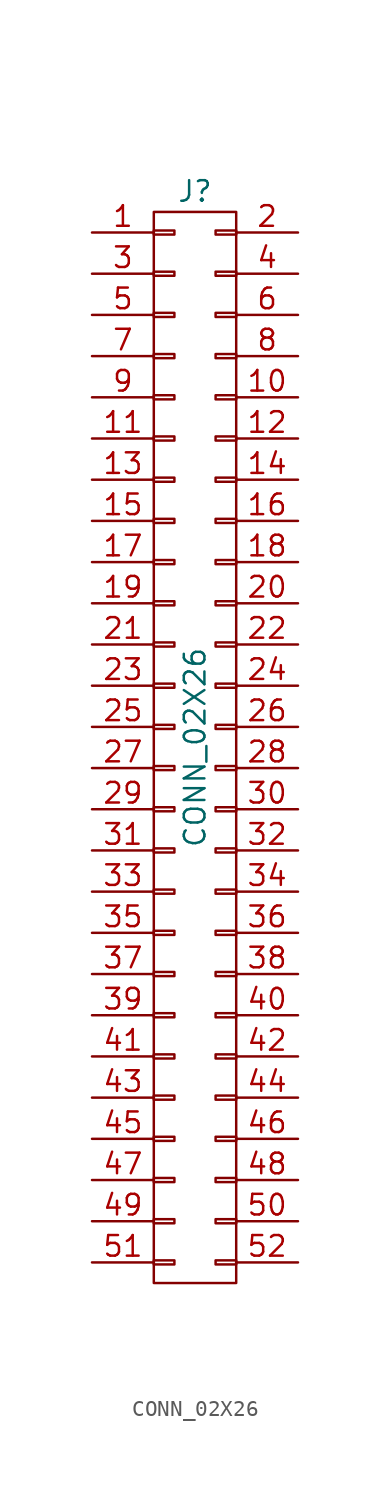
<source format=kicad_sym>
(kicad_symbol_lib
  (version 20211014)
  (generator kicad_symbol_editor)
  (symbol "CONN_02X26"
    (pin_names
      (offset 0.025) hide)
    (property "Reference" "J"
      (at 0 34.29 0)
      (effects (font (size 1.27 1.27))))
    (property "Value" "CONN_02X26"
      (at 0 0 90)
      (effects (font (size 1.27 1.27))))
    (symbol "CONN_02X26_0_1"
      (rectangle (start -2.54 -31.623) (end -1.27 -31.877) (stroke (width 0) (type default) (color 0 0 0 0)) (fill (type none)))
      (rectangle (start -2.54 -29.083) (end -1.27 -29.337) (stroke (width 0) (type default) (color 0 0 0 0)) (fill (type none)))
      (rectangle (start -2.54 -26.543) (end -1.27 -26.797) (stroke (width 0) (type default) (color 0 0 0 0)) (fill (type none)))
      (rectangle (start -2.54 -24.003) (end -1.27 -24.257) (stroke (width 0) (type default) (color 0 0 0 0)) (fill (type none)))
      (rectangle (start -2.54 -21.463) (end -1.27 -21.717) (stroke (width 0) (type default) (color 0 0 0 0)) (fill (type none)))
      (rectangle (start -2.54 -18.923) (end -1.27 -19.177) (stroke (width 0) (type default) (color 0 0 0 0)) (fill (type none)))
      (rectangle (start -2.54 -16.383) (end -1.27 -16.637) (stroke (width 0) (type default) (color 0 0 0 0)) (fill (type none)))
      (rectangle (start -2.54 -13.843) (end -1.27 -14.097) (stroke (width 0) (type default) (color 0 0 0 0)) (fill (type none)))
      (rectangle (start -2.54 -11.303) (end -1.27 -11.557) (stroke (width 0) (type default) (color 0 0 0 0)) (fill (type none)))
      (rectangle (start -2.54 -8.763) (end -1.27 -9.017) (stroke (width 0) (type default) (color 0 0 0 0)) (fill (type none)))
      (rectangle (start -2.54 -6.223) (end -1.27 -6.477) (stroke (width 0) (type default) (color 0 0 0 0)) (fill (type none)))
      (rectangle (start -2.54 -3.683) (end -1.27 -3.937) (stroke (width 0) (type default) (color 0 0 0 0)) (fill (type none)))
      (rectangle (start -2.54 -1.143) (end -1.27 -1.397) (stroke (width 0) (type default) (color 0 0 0 0)) (fill (type none)))
      (rectangle (start -2.54 1.397) (end -1.27 1.143) (stroke (width 0) (type default) (color 0 0 0 0)) (fill (type none)))
      (rectangle (start -2.54 3.937) (end -1.27 3.683) (stroke (width 0) (type default) (color 0 0 0 0)) (fill (type none)))
      (rectangle (start -2.54 6.477) (end -1.27 6.223) (stroke (width 0) (type default) (color 0 0 0 0)) (fill (type none)))
      (rectangle (start -2.54 9.017) (end -1.27 8.763) (stroke (width 0) (type default) (color 0 0 0 0)) (fill (type none)))
      (rectangle (start -2.54 11.557) (end -1.27 11.303) (stroke (width 0) (type default) (color 0 0 0 0)) (fill (type none)))
      (rectangle (start -2.54 14.097) (end -1.27 13.843) (stroke (width 0) (type default) (color 0 0 0 0)) (fill (type none)))
      (rectangle (start -2.54 16.637) (end -1.27 16.383) (stroke (width 0) (type default) (color 0 0 0 0)) (fill (type none)))
      (rectangle (start -2.54 19.177) (end -1.27 18.923) (stroke (width 0) (type default) (color 0 0 0 0)) (fill (type none)))
      (rectangle (start -2.54 21.717) (end -1.27 21.463) (stroke (width 0) (type default) (color 0 0 0 0)) (fill (type none)))
      (rectangle (start -2.54 24.257) (end -1.27 24.003) (stroke (width 0) (type default) (color 0 0 0 0)) (fill (type none)))
      (rectangle (start -2.54 26.797) (end -1.27 26.543) (stroke (width 0) (type default) (color 0 0 0 0)) (fill (type none)))
      (rectangle (start -2.54 29.337) (end -1.27 29.083) (stroke (width 0) (type default) (color 0 0 0 0)) (fill (type none)))
      (rectangle (start -2.54 31.877) (end -1.27 31.623) (stroke (width 0) (type default) (color 0 0 0 0)) (fill (type none)))
      (rectangle (start -2.54 33.02) (end 2.54 -33.02) (stroke (width 0) (type default) (color 0 0 0 0)) (fill (type none)))
      (rectangle (start 1.27 -31.623) (end 2.54 -31.877) (stroke (width 0) (type default) (color 0 0 0 0)) (fill (type none)))
      (rectangle (start 1.27 -29.083) (end 2.54 -29.337) (stroke (width 0) (type default) (color 0 0 0 0)) (fill (type none)))
      (rectangle (start 1.27 -26.543) (end 2.54 -26.797) (stroke (width 0) (type default) (color 0 0 0 0)) (fill (type none)))
      (rectangle (start 1.27 -24.003) (end 2.54 -24.257) (stroke (width 0) (type default) (color 0 0 0 0)) (fill (type none)))
      (rectangle (start 1.27 -21.463) (end 2.54 -21.717) (stroke (width 0) (type default) (color 0 0 0 0)) (fill (type none)))
      (rectangle (start 1.27 -18.923) (end 2.54 -19.177) (stroke (width 0) (type default) (color 0 0 0 0)) (fill (type none)))
      (rectangle (start 1.27 -16.383) (end 2.54 -16.637) (stroke (width 0) (type default) (color 0 0 0 0)) (fill (type none)))
      (rectangle (start 1.27 -13.843) (end 2.54 -14.097) (stroke (width 0) (type default) (color 0 0 0 0)) (fill (type none)))
      (rectangle (start 1.27 -11.303) (end 2.54 -11.557) (stroke (width 0) (type default) (color 0 0 0 0)) (fill (type none)))
      (rectangle (start 1.27 -8.763) (end 2.54 -9.017) (stroke (width 0) (type default) (color 0 0 0 0)) (fill (type none)))
      (rectangle (start 1.27 -6.223) (end 2.54 -6.477) (stroke (width 0) (type default) (color 0 0 0 0)) (fill (type none)))
      (rectangle (start 1.27 -3.683) (end 2.54 -3.937) (stroke (width 0) (type default) (color 0 0 0 0)) (fill (type none)))
      (rectangle (start 1.27 -1.143) (end 2.54 -1.397) (stroke (width 0) (type default) (color 0 0 0 0)) (fill (type none)))
      (rectangle (start 1.27 1.397) (end 2.54 1.143) (stroke (width 0) (type default) (color 0 0 0 0)) (fill (type none)))
      (rectangle (start 1.27 3.937) (end 2.54 3.683) (stroke (width 0) (type default) (color 0 0 0 0)) (fill (type none)))
      (rectangle (start 1.27 6.477) (end 2.54 6.223) (stroke (width 0) (type default) (color 0 0 0 0)) (fill (type none)))
      (rectangle (start 1.27 9.017) (end 2.54 8.763) (stroke (width 0) (type default) (color 0 0 0 0)) (fill (type none)))
      (rectangle (start 1.27 11.557) (end 2.54 11.303) (stroke (width 0) (type default) (color 0 0 0 0)) (fill (type none)))
      (rectangle (start 1.27 14.097) (end 2.54 13.843) (stroke (width 0) (type default) (color 0 0 0 0)) (fill (type none)))
      (rectangle (start 1.27 16.637) (end 2.54 16.383) (stroke (width 0) (type default) (color 0 0 0 0)) (fill (type none)))
      (rectangle (start 1.27 19.177) (end 2.54 18.923) (stroke (width 0) (type default) (color 0 0 0 0)) (fill (type none)))
      (rectangle (start 1.27 21.717) (end 2.54 21.463) (stroke (width 0) (type default) (color 0 0 0 0)) (fill (type none)))
      (rectangle (start 1.27 24.257) (end 2.54 24.003) (stroke (width 0) (type default) (color 0 0 0 0)) (fill (type none)))
      (rectangle (start 1.27 26.797) (end 2.54 26.543) (stroke (width 0) (type default) (color 0 0 0 0)) (fill (type none)))
      (rectangle (start 1.27 29.337) (end 2.54 29.083) (stroke (width 0) (type default) (color 0 0 0 0)) (fill (type none)))
      (rectangle (start 1.27 31.877) (end 2.54 31.623) (stroke (width 0) (type default) (color 0 0 0 0)) (fill (type none))))
    (symbol "CONN_02X26_1_1"
      (pin passive line (at -6.35 31.75 0) (length 3.81) (name "P1" (effects (font (size 1.27 1.27)))) (number "1" (effects (font (size 1.27 1.27)))))
      (pin passive line (at 6.35 21.59 180) (length 3.81) (name "P10" (effects (font (size 1.27 1.27)))) (number "10" (effects (font (size 1.27 1.27)))))
      (pin passive line (at -6.35 19.05 0) (length 3.81) (name "P11" (effects (font (size 1.27 1.27)))) (number "11" (effects (font (size 1.27 1.27)))))
      (pin passive line (at 6.35 19.05 180) (length 3.81) (name "P12" (effects (font (size 1.27 1.27)))) (number "12" (effects (font (size 1.27 1.27)))))
      (pin passive line (at -6.35 16.51 0) (length 3.81) (name "P13" (effects (font (size 1.27 1.27)))) (number "13" (effects (font (size 1.27 1.27)))))
      (pin passive line (at 6.35 16.51 180) (length 3.81) (name "P14" (effects (font (size 1.27 1.27)))) (number "14" (effects (font (size 1.27 1.27)))))
      (pin passive line (at -6.35 13.97 0) (length 3.81) (name "P15" (effects (font (size 1.27 1.27)))) (number "15" (effects (font (size 1.27 1.27)))))
      (pin passive line (at 6.35 13.97 180) (length 3.81) (name "P16" (effects (font (size 1.27 1.27)))) (number "16" (effects (font (size 1.27 1.27)))))
      (pin passive line (at -6.35 11.43 0) (length 3.81) (name "P17" (effects (font (size 1.27 1.27)))) (number "17" (effects (font (size 1.27 1.27)))))
      (pin passive line (at 6.35 11.43 180) (length 3.81) (name "P18" (effects (font (size 1.27 1.27)))) (number "18" (effects (font (size 1.27 1.27)))))
      (pin passive line (at -6.35 8.89 0) (length 3.81) (name "P19" (effects (font (size 1.27 1.27)))) (number "19" (effects (font (size 1.27 1.27)))))
      (pin passive line (at 6.35 31.75 180) (length 3.81) (name "P2" (effects (font (size 1.27 1.27)))) (number "2" (effects (font (size 1.27 1.27)))))
      (pin passive line (at 6.35 8.89 180) (length 3.81) (name "P20" (effects (font (size 1.27 1.27)))) (number "20" (effects (font (size 1.27 1.27)))))
      (pin passive line (at -6.35 6.35 0) (length 3.81) (name "P21" (effects (font (size 1.27 1.27)))) (number "21" (effects (font (size 1.27 1.27)))))
      (pin passive line (at 6.35 6.35 180) (length 3.81) (name "P22" (effects (font (size 1.27 1.27)))) (number "22" (effects (font (size 1.27 1.27)))))
      (pin passive line (at -6.35 3.81 0) (length 3.81) (name "P23" (effects (font (size 1.27 1.27)))) (number "23" (effects (font (size 1.27 1.27)))))
      (pin passive line (at 6.35 3.81 180) (length 3.81) (name "P24" (effects (font (size 1.27 1.27)))) (number "24" (effects (font (size 1.27 1.27)))))
      (pin passive line (at -6.35 1.27 0) (length 3.81) (name "P25" (effects (font (size 1.27 1.27)))) (number "25" (effects (font (size 1.27 1.27)))))
      (pin passive line (at 6.35 1.27 180) (length 3.81) (name "P26" (effects (font (size 1.27 1.27)))) (number "26" (effects (font (size 1.27 1.27)))))
      (pin passive line (at -6.35 -1.27 0) (length 3.81) (name "P27" (effects (font (size 1.27 1.27)))) (number "27" (effects (font (size 1.27 1.27)))))
      (pin passive line (at 6.35 -1.27 180) (length 3.81) (name "P28" (effects (font (size 1.27 1.27)))) (number "28" (effects (font (size 1.27 1.27)))))
      (pin passive line (at -6.35 -3.81 0) (length 3.81) (name "P29" (effects (font (size 1.27 1.27)))) (number "29" (effects (font (size 1.27 1.27)))))
      (pin passive line (at -6.35 29.21 0) (length 3.81) (name "P3" (effects (font (size 1.27 1.27)))) (number "3" (effects (font (size 1.27 1.27)))))
      (pin passive line (at 6.35 -3.81 180) (length 3.81) (name "P30" (effects (font (size 1.27 1.27)))) (number "30" (effects (font (size 1.27 1.27)))))
      (pin passive line (at -6.35 -6.35 0) (length 3.81) (name "P31" (effects (font (size 1.27 1.27)))) (number "31" (effects (font (size 1.27 1.27)))))
      (pin passive line (at 6.35 -6.35 180) (length 3.81) (name "P32" (effects (font (size 1.27 1.27)))) (number "32" (effects (font (size 1.27 1.27)))))
      (pin passive line (at -6.35 -8.89 0) (length 3.81) (name "P33" (effects (font (size 1.27 1.27)))) (number "33" (effects (font (size 1.27 1.27)))))
      (pin passive line (at 6.35 -8.89 180) (length 3.81) (name "P34" (effects (font (size 1.27 1.27)))) (number "34" (effects (font (size 1.27 1.27)))))
      (pin passive line (at -6.35 -11.43 0) (length 3.81) (name "P35" (effects (font (size 1.27 1.27)))) (number "35" (effects (font (size 1.27 1.27)))))
      (pin passive line (at 6.35 -11.43 180) (length 3.81) (name "P36" (effects (font (size 1.27 1.27)))) (number "36" (effects (font (size 1.27 1.27)))))
      (pin passive line (at -6.35 -13.97 0) (length 3.81) (name "P37" (effects (font (size 1.27 1.27)))) (number "37" (effects (font (size 1.27 1.27)))))
      (pin passive line (at 6.35 -13.97 180) (length 3.81) (name "P38" (effects (font (size 1.27 1.27)))) (number "38" (effects (font (size 1.27 1.27)))))
      (pin passive line (at -6.35 -16.51 0) (length 3.81) (name "P39" (effects (font (size 1.27 1.27)))) (number "39" (effects (font (size 1.27 1.27)))))
      (pin passive line (at 6.35 29.21 180) (length 3.81) (name "P4" (effects (font (size 1.27 1.27)))) (number "4" (effects (font (size 1.27 1.27)))))
      (pin passive line (at 6.35 -16.51 180) (length 3.81) (name "P40" (effects (font (size 1.27 1.27)))) (number "40" (effects (font (size 1.27 1.27)))))
      (pin passive line (at -6.35 -19.05 0) (length 3.81) (name "P41" (effects (font (size 1.27 1.27)))) (number "41" (effects (font (size 1.27 1.27)))))
      (pin passive line (at 6.35 -19.05 180) (length 3.81) (name "P42" (effects (font (size 1.27 1.27)))) (number "42" (effects (font (size 1.27 1.27)))))
      (pin passive line (at -6.35 -21.59 0) (length 3.81) (name "P43" (effects (font (size 1.27 1.27)))) (number "43" (effects (font (size 1.27 1.27)))))
      (pin passive line (at 6.35 -21.59 180) (length 3.81) (name "P44" (effects (font (size 1.27 1.27)))) (number "44" (effects (font (size 1.27 1.27)))))
      (pin passive line (at -6.35 -24.13 0) (length 3.81) (name "P45" (effects (font (size 1.27 1.27)))) (number "45" (effects (font (size 1.27 1.27)))))
      (pin passive line (at 6.35 -24.13 180) (length 3.81) (name "P46" (effects (font (size 1.27 1.27)))) (number "46" (effects (font (size 1.27 1.27)))))
      (pin passive line (at -6.35 -26.67 0) (length 3.81) (name "P47" (effects (font (size 1.27 1.27)))) (number "47" (effects (font (size 1.27 1.27)))))
      (pin passive line (at 6.35 -26.67 180) (length 3.81) (name "P48" (effects (font (size 1.27 1.27)))) (number "48" (effects (font (size 1.27 1.27)))))
      (pin passive line (at -6.35 -29.21 0) (length 3.81) (name "P49" (effects (font (size 1.27 1.27)))) (number "49" (effects (font (size 1.27 1.27)))))
      (pin passive line (at -6.35 26.67 0) (length 3.81) (name "P5" (effects (font (size 1.27 1.27)))) (number "5" (effects (font (size 1.27 1.27)))))
      (pin passive line (at 6.35 -29.21 180) (length 3.81) (name "P50" (effects (font (size 1.27 1.27)))) (number "50" (effects (font (size 1.27 1.27)))))
      (pin passive line (at -6.35 -31.75 0) (length 3.81) (name "P51" (effects (font (size 1.27 1.27)))) (number "51" (effects (font (size 1.27 1.27)))))
      (pin passive line (at 6.35 -31.75 180) (length 3.81) (name "P52" (effects (font (size 1.27 1.27)))) (number "52" (effects (font (size 1.27 1.27)))))
      (pin passive line (at 6.35 26.67 180) (length 3.81) (name "P6" (effects (font (size 1.27 1.27)))) (number "6" (effects (font (size 1.27 1.27)))))
      (pin passive line (at -6.35 24.13 0) (length 3.81) (name "P7" (effects (font (size 1.27 1.27)))) (number "7" (effects (font (size 1.27 1.27)))))
      (pin passive line (at 6.35 24.13 180) (length 3.81) (name "P8" (effects (font (size 1.27 1.27)))) (number "8" (effects (font (size 1.27 1.27)))))
      (pin passive line (at -6.35 21.59 0) (length 3.81) (name "P9" (effects (font (size 1.27 1.27)))) (number "9" (effects (font (size 1.27 1.27))))))))
</source>
